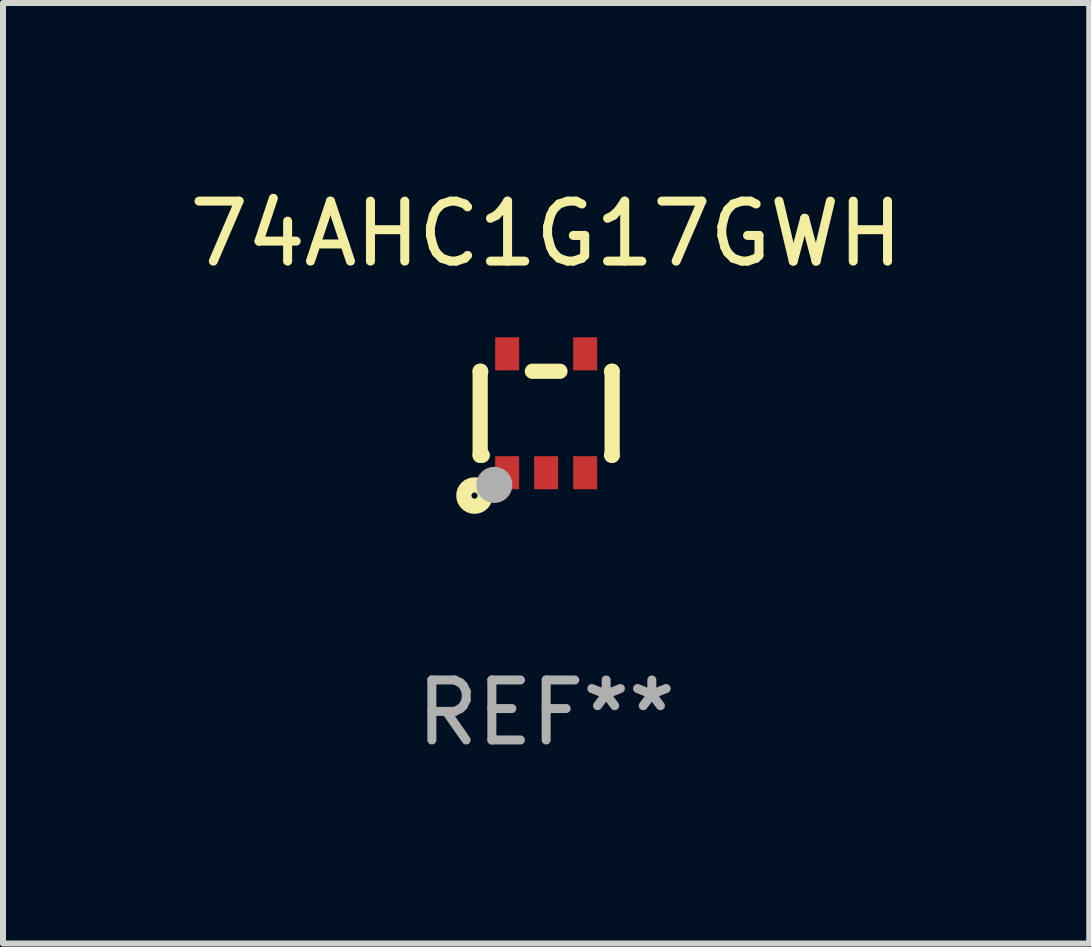
<source format=kicad_pcb>
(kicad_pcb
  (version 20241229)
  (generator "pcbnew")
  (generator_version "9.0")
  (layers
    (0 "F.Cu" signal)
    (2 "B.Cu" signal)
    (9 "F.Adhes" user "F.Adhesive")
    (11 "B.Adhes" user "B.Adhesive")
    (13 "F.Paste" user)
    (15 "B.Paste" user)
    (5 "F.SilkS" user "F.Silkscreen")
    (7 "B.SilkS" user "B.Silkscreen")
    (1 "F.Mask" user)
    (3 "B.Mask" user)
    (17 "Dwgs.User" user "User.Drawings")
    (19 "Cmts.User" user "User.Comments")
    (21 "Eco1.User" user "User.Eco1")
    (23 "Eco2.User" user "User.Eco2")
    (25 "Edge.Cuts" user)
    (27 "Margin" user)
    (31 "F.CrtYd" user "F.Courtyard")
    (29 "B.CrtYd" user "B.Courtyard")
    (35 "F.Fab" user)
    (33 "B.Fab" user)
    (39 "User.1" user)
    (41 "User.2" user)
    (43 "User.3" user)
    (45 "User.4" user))
  (footprint "74AHC1G17GWH"
    (layer "F.Cu")
    (at 6.054 3.839)
    (property "Reference" "74AHC1G17GWH" (at 0 -2.991 0) (layer "F.SilkS") (effects (font (size 1 1) (thickness 0.15))))
    (attr through_hole)
    (fp_line (start -1.1 -0.7) (end -1.1 0.7) (stroke (width 0.254) (type solid)) (layer "F.SilkS"))
    (fp_line (start -1.1 -0.7) (end -1.09 -0.7) (stroke (width 0.254) (type solid)) (layer "F.SilkS"))
    (fp_line (start -1.1 0.7) (end -1.065 0.7) (stroke (width 0.254) (type solid)) (layer "F.SilkS"))
    (fp_line (start -0.23 -0.7) (end 0.23 -0.7) (stroke (width 0.254) (type solid)) (layer "F.SilkS"))
    (fp_line (start 1.09 -0.7) (end 1.1 -0.7) (stroke (width 0.254) (type solid)) (layer "F.SilkS"))
    (fp_line (start 1.09 0.7) (end 1.1 0.7) (stroke (width 0.254) (type solid)) (layer "F.SilkS"))
    (fp_line (start 1.1 -0.7) (end 1.1 0.7) (stroke (width 0.254) (type solid)) (layer "F.SilkS"))
    (fp_circle (center -1.194 1.372) (end -1.143 1.372) (stroke (width 0.254) (type solid)) (fill no) (layer "F.SilkS"))
    (fp_circle (center -1.05 1.063) (end -1.02 1.063) (stroke (width 0.06) (type solid)) (fill no) (layer "F.SilkS"))
    (fp_circle (center -0.864 1.194) (end -0.713 1.194) (stroke (width 0.3) (type solid)) (fill no) (layer "F.Fab"))
    (fp_text user "REF**" (at 0 4.991 0) (layer "F.Fab") (effects (font (size 1 1) (thickness 0.15))))
    (pad "1" smd rect (at -0.65 0.991 180) (size 0.399 0.551) (layers "F.Cu" "F.Mask" "F.Paste"))
    (pad "2" smd rect (at 0 0.991 180) (size 0.399 0.551) (layers "F.Cu" "F.Mask" "F.Paste"))
    (pad "3" smd rect (at 0.65 0.991 180) (size 0.399 0.551) (layers "F.Cu" "F.Mask" "F.Paste"))
    (pad "4" smd rect (at 0.65 -0.991 180) (size 0.399 0.551) (layers "F.Cu" "F.Mask" "F.Paste"))
    (pad "5" smd rect (at -0.65 -0.991 180) (size 0.399 0.551) (layers "F.Cu" "F.Mask" "F.Paste")))
  (gr_rect
    (start -3 -3)
    (end 15.107 12.678)
    (stroke (width 0.1) (type default))
    (fill no)
    (layer "Edge.Cuts")))
</source>
